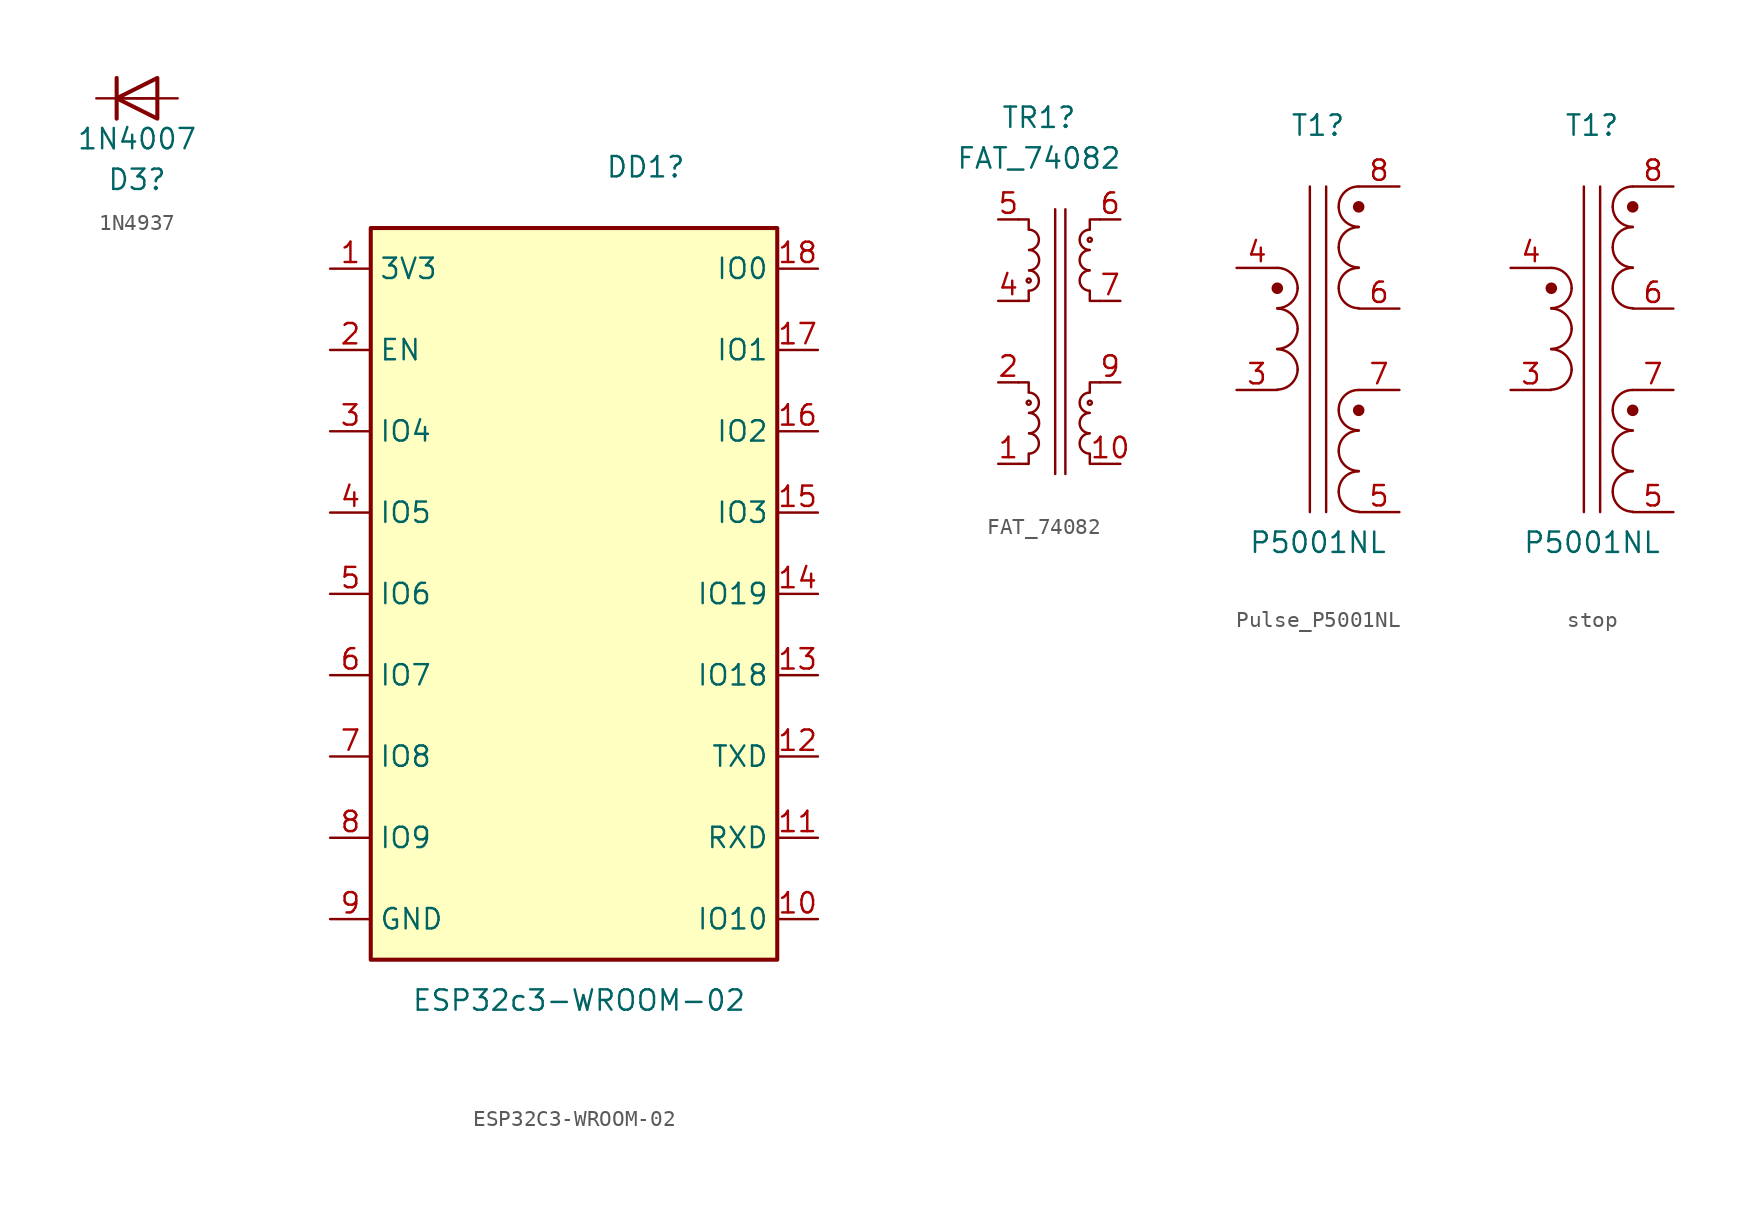
<source format=kicad_sym>
(kicad_symbol_lib
  (version 20220914)
  (generator kicad_symbol_editor)
  (symbol "1N4937"
    (pin_numbers hide)
    (pin_names hide)
    (property "Reference" "D3"
      (at 0 -5.08 0)
      (effects (font (size 1.27 1.27))))
    (property "Value" "1N4007"
      (at 0 -2.54 0)
      (effects (font (size 1.27 1.27))))
    (symbol "1N4937_0_1"
      (polyline (pts (xy -1.27 1.27) (xy -1.27 -1.27)) (stroke (width 0.254) (type default)) (fill (type none)))
      (polyline (pts (xy 1.27 0) (xy -1.27 0)) (stroke (width 0) (type default)) (fill (type none)))
      (polyline (pts (xy 1.27 1.27) (xy 1.27 -1.27) (xy -1.27 0) (xy 1.27 1.27)) (stroke (width 0.254) (type default)) (fill (type none))))
    (symbol "1N4937_1_1"
      (pin passive line (at -2.54 0 0) (length 2.54) (name "K" (effects (font (size 1.27 1.27)))) (number "1" (effects (font (size 1.27 1.27)))))
      (pin passive line (at 2.54 0 180) (length 2.54) (name "A" (effects (font (size 1.27 1.27)))) (number "2" (effects (font (size 1.27 1.27)))))))
  (symbol "ESP32C3-WROOM-02"
    (property "Reference" "DD1"
      (at 1.956 36.83 0)
      (effects (font (size 1.27 1.27)) (justify left)))
    (property "Value" "ESP32c3-WROOM-02"
      (at -10.16 -15.24 0)
      (effects (font (size 1.27 1.27)) (justify left)))
    (symbol "ESP32C3-WROOM-02_0_1"
      (rectangle (start -12.7 33.02) (end 12.7 -12.7) (stroke (width 0.254) (type default)) (fill (type background))))
    (symbol "ESP32C3-WROOM-02_1_0"
      (pin power_in line (at -15.24 -10.16 0) (length 2.54) hide (name "GND" (effects (font (size 1.27 1.27)))) (number "19" (effects (font (size 1.27 1.27))))))
    (symbol "ESP32C3-WROOM-02_1_1"
      (pin power_in line (at -15.24 30.48 0) (length 2.54) (name "3V3" (effects (font (size 1.27 1.27)))) (number "1" (effects (font (size 1.27 1.27)))))
      (pin bidirectional line (at 15.24 -10.16 180) (length 2.54) (name "IO10" (effects (font (size 1.27 1.27)))) (number "10" (effects (font (size 1.27 1.27)))))
      (pin bidirectional line (at 15.24 -5.08 180) (length 2.54) (name "RXD" (effects (font (size 1.27 1.27)))) (number "11" (effects (font (size 1.27 1.27)))))
      (pin bidirectional line (at 15.24 0 180) (length 2.54) (name "TXD" (effects (font (size 1.27 1.27)))) (number "12" (effects (font (size 1.27 1.27)))))
      (pin bidirectional line (at 15.24 5.08 180) (length 2.54) (name "IO18" (effects (font (size 1.27 1.27)))) (number "13" (effects (font (size 1.27 1.27)))))
      (pin bidirectional line (at 15.24 10.16 180) (length 2.54) (name "IO19" (effects (font (size 1.27 1.27)))) (number "14" (effects (font (size 1.27 1.27)))))
      (pin bidirectional line (at 15.24 15.24 180) (length 2.54) (name "IO3" (effects (font (size 1.27 1.27)))) (number "15" (effects (font (size 1.27 1.27)))))
      (pin bidirectional line (at 15.24 20.32 180) (length 2.54) (name "IO2" (effects (font (size 1.27 1.27)))) (number "16" (effects (font (size 1.27 1.27)))))
      (pin bidirectional line (at 15.24 25.4 180) (length 2.54) (name "IO1" (effects (font (size 1.27 1.27)))) (number "17" (effects (font (size 1.27 1.27)))))
      (pin bidirectional line (at 15.24 30.48 180) (length 2.54) (name "IO0" (effects (font (size 1.27 1.27)))) (number "18" (effects (font (size 1.27 1.27)))))
      (pin power_in line (at -15.24 25.4 0) (length 2.54) (name "EN" (effects (font (size 1.27 1.27)))) (number "2" (effects (font (size 1.27 1.27)))))
      (pin power_in line (at -15.24 20.32 0) (length 2.54) (name "IO4" (effects (font (size 1.27 1.27)))) (number "3" (effects (font (size 1.27 1.27)))))
      (pin bidirectional line (at -15.24 15.24 0) (length 2.54) (name "IO5" (effects (font (size 1.27 1.27)))) (number "4" (effects (font (size 1.27 1.27)))))
      (pin bidirectional line (at -15.24 10.16 0) (length 2.54) (name "IO6" (effects (font (size 1.27 1.27)))) (number "5" (effects (font (size 1.27 1.27)))))
      (pin bidirectional line (at -15.24 5.08 0) (length 2.54) (name "IO7" (effects (font (size 1.27 1.27)))) (number "6" (effects (font (size 1.27 1.27)))))
      (pin bidirectional line (at -15.24 0 0) (length 2.54) (name "IO8" (effects (font (size 1.27 1.27)))) (number "7" (effects (font (size 1.27 1.27)))))
      (pin bidirectional line (at -15.24 -5.08 0) (length 2.54) (name "IO9" (effects (font (size 1.27 1.27)))) (number "8" (effects (font (size 1.27 1.27)))))
      (pin power_in line (at -15.24 -10.16 0) (length 2.54) (name "GND" (effects (font (size 1.27 1.27)))) (number "9" (effects (font (size 1.27 1.27)))))))
  (symbol "FAT_74082"
    (property "Reference" "TR1"
      (at -5.08 21.59 0)
      (effects (font (size 1.27 1.27))))
    (property "Value" "FAT_74082"
      (at -5.08 19.05 0)
      (effects (font (size 1.27 1.27))))
    (symbol "FAT_74082_0_1"
      (circle (center -5.715 3.81) (radius 0.127) (stroke (width 0) (type default)) (fill (type none)))
      (circle (center -5.715 11.43) (radius 0.127) (stroke (width 0) (type default)) (fill (type none)))
      (circle (center -1.905 3.81) (radius 0.127) (stroke (width 0) (type default)) (fill (type none)))
      (circle (center -1.905 13.97) (radius 0.127) (stroke (width 0) (type default)) (fill (type none))))
    (symbol "FAT_74082_1_1"
      (arc (start -5.6991 0.635) (mid -5.0798 1.27) (end -5.6991 1.905) (stroke (width 0) (type default)) (fill (type none)))
      (arc (start -5.699 3.175) (mid -5.0798 3.81) (end -5.699 4.445) (stroke (width 0) (type default)) (fill (type none)))
      (arc (start -5.6991 10.795) (mid -5.0798 11.43) (end -5.6991 12.065) (stroke (width 0) (type default)) (fill (type none)))
      (arc (start -5.699 13.335) (mid -5.0798 13.97) (end -5.699 14.605) (stroke (width 0) (type default)) (fill (type none)))
      (arc (start -5.6831 1.905) (mid -5.0639 2.54) (end -5.6831 3.175) (stroke (width 0) (type default)) (fill (type none)))
      (arc (start -5.6831 12.065) (mid -5.0639 12.7) (end -5.6831 13.335) (stroke (width 0) (type default)) (fill (type none)))
      (arc (start -1.9209 1.905) (mid -2.5402 1.27) (end -1.9209 0.635) (stroke (width 0) (type default)) (fill (type none)))
      (arc (start -1.921 3.175) (mid -2.5402 2.54) (end -1.921 1.905) (stroke (width 0) (type default)) (fill (type none)))
      (arc (start -1.921 4.445) (mid -2.5402 3.81) (end -1.921 3.175) (stroke (width 0) (type default)) (fill (type none)))
      (arc (start -1.9209 12.065) (mid -2.5402 11.43) (end -1.9209 10.795) (stroke (width 0) (type default)) (fill (type none)))
      (arc (start -1.921 13.335) (mid -2.5402 12.7) (end -1.921 12.065) (stroke (width 0) (type default)) (fill (type none)))
      (arc (start -1.921 14.605) (mid -2.5402 13.97) (end -1.921 13.335) (stroke (width 0) (type default)) (fill (type none)))
      (polyline (pts (xy -4.064 15.875) (xy -4.064 -0.635)) (stroke (width 0) (type default)) (fill (type none)))
      (polyline (pts (xy -3.429 -0.635) (xy -3.429 15.875)) (stroke (width 0) (type default)) (fill (type none)))
      (polyline (pts (xy -6.35 5.08) (xy -5.715 5.08) (xy -5.715 4.445)) (stroke (width 0) (type default)) (fill (type none)))
      (polyline (pts (xy -6.35 15.24) (xy -5.715 15.24) (xy -5.715 14.605)) (stroke (width 0) (type default)) (fill (type none)))
      (polyline (pts (xy -5.715 0.635) (xy -5.715 0) (xy -6.35 0)) (stroke (width 0) (type default)) (fill (type none)))
      (polyline (pts (xy -5.715 10.795) (xy -5.715 10.16) (xy -6.35 10.16)) (stroke (width 0) (type default)) (fill (type none)))
      (polyline (pts (xy -1.905 0.635) (xy -1.905 0) (xy -1.27 0)) (stroke (width 0) (type default)) (fill (type none)))
      (polyline (pts (xy -1.905 4.445) (xy -1.905 5.08) (xy -1.27 5.08)) (stroke (width 0) (type default)) (fill (type none)))
      (polyline (pts (xy -1.905 10.795) (xy -1.905 10.16) (xy -1.27 10.16)) (stroke (width 0) (type default)) (fill (type none)))
      (polyline (pts (xy -1.905 14.605) (xy -1.905 15.24) (xy -1.27 15.24)) (stroke (width 0) (type default)) (fill (type none)))
      (pin passive line (at -7.62 0 0) (length 1.27) (name "~" (effects (font (size 1.27 1.27)))) (number "1" (effects (font (size 1.27 1.27)))))
      (pin passive line (at 0 0 180) (length 1.27) (name "~" (effects (font (size 1.27 1.27)))) (number "10" (effects (font (size 1.27 1.27)))))
      (pin passive line (at -7.62 5.08 0) (length 1.27) (name "~" (effects (font (size 1.27 1.27)))) (number "2" (effects (font (size 1.27 1.27)))))
      (pin no_connect line (at -7.62 7.62 0) (length 2.54) hide (name "~" (effects (font (size 1.27 1.27)))) (number "3" (effects (font (size 1.27 1.27)))))
      (pin passive line (at -7.62 10.16 0) (length 1.27) (name "~" (effects (font (size 1.27 1.27)))) (number "4" (effects (font (size 1.27 1.27)))))
      (pin passive line (at -7.62 15.24 0) (length 1.27) (name "~" (effects (font (size 1.27 1.27)))) (number "5" (effects (font (size 1.27 1.27)))))
      (pin passive line (at 0 15.24 180) (length 1.27) (name "~" (effects (font (size 1.27 1.27)))) (number "6" (effects (font (size 1.27 1.27)))))
      (pin passive line (at 0 10.16 180) (length 1.27) (name "~" (effects (font (size 1.27 1.27)))) (number "7" (effects (font (size 1.27 1.27)))))
      (pin no_connect line (at 0 7.62 180) (length 2.54) hide (name "~" (effects (font (size 1.27 1.27)))) (number "8" (effects (font (size 1.27 1.27)))))
      (pin passive line (at 0 5.08 180) (length 1.27) (name "~" (effects (font (size 1.27 1.27)))) (number "9" (effects (font (size 1.27 1.27)))))))
  (symbol "Pulse_P5001NL"
    (pin_names
      (offset 1.016) hide)
    (property "Reference" "T1"
      (at 0 13.97 0)
      (effects (font (size 1.27 1.27))))
    (property "Value" "P5001NL"
      (at 0 -12.065 0)
      (effects (font (size 1.27 1.27))))
    (symbol "Pulse_P5001NL_0_1"
      (arc (start -2.54 -2.5146) (mid -1.6599 -2.1501) (end -1.27 -1.27) (stroke (width 0) (type default)) (fill (type none)))
      (arc (start -2.54 0.0254) (mid -1.6599 0.3899) (end -1.27 1.27) (stroke (width 0) (type default)) (fill (type none)))
      (arc (start -2.54 2.5654) (mid -1.6599 2.9299) (end -1.27 3.81) (stroke (width 0) (type default)) (fill (type none)))
      (arc (start -1.27 -1.27) (mid -1.642 -0.372) (end -2.54 0) (stroke (width 0) (type default)) (fill (type none)))
      (arc (start -1.27 1.27) (mid -1.642 2.168) (end -2.54 2.54) (stroke (width 0) (type default)) (fill (type none)))
      (arc (start -1.27 3.81) (mid -1.642 4.708) (end -2.54 5.08) (stroke (width 0) (type default)) (fill (type none)))
      (polyline (pts (xy -0.508 -10.16) (xy -0.508 10.16)) (stroke (width 0) (type default)) (fill (type none)))
      (polyline (pts (xy 0.508 10.16) (xy 0.508 -10.16)) (stroke (width 0) (type default)) (fill (type none)))
      (arc (start 1.2954 -8.89) (mid 1.6599 -9.7701) (end 2.54 -10.1346) (stroke (width 0) (type default)) (fill (type none)))
      (arc (start 1.2954 -6.35) (mid 1.6599 -7.2301) (end 2.54 -7.5946) (stroke (width 0) (type default)) (fill (type none)))
      (arc (start 1.2954 -3.81) (mid 1.6599 -4.6901) (end 2.54 -5.0546) (stroke (width 0) (type default)) (fill (type none)))
      (arc (start 1.2954 3.81) (mid 1.6599 2.9299) (end 2.54 2.5654) (stroke (width 0) (type default)) (fill (type none)))
      (arc (start 1.2954 6.35) (mid 1.6599 5.4699) (end 2.54 5.1054) (stroke (width 0) (type default)) (fill (type none)))
      (arc (start 1.2954 8.89) (mid 1.6599 8.0099) (end 2.54 7.6454) (stroke (width 0) (type default)) (fill (type none)))
      (arc (start 2.54 -7.62) (mid 1.642 -7.992) (end 1.2954 -8.89) (stroke (width 0) (type default)) (fill (type none)))
      (arc (start 2.54 -5.08) (mid 1.642 -5.452) (end 1.2954 -6.35) (stroke (width 0) (type default)) (fill (type none)))
      (arc (start 2.54 -2.54) (mid 1.642 -2.912) (end 1.2954 -3.81) (stroke (width 0) (type default)) (fill (type none)))
      (arc (start 2.54 5.08) (mid 1.642 4.708) (end 1.2954 3.81) (stroke (width 0) (type default)) (fill (type none)))
      (arc (start 2.54 7.62) (mid 1.642 7.248) (end 1.2954 6.35) (stroke (width 0) (type default)) (fill (type none)))
      (arc (start 2.54 10.16) (mid 1.642 9.788) (end 1.2954 8.89) (stroke (width 0) (type default)) (fill (type none))))
    (symbol "Pulse_P5001NL_1_1"
      (circle (center -2.54 3.81) (radius 0.284) (stroke (width 0) (type solid)) (fill (type outline)))
      (circle (center 2.54 -3.81) (radius 0.284) (stroke (width 0) (type solid)) (fill (type outline)))
      (circle (center 2.54 8.89) (radius 0.284) (stroke (width 0) (type solid)) (fill (type outline)))
      (pin passive line (at -5.08 -2.54 0) (length 2.54) (name "AB" (effects (font (size 1.27 1.27)))) (number "3" (effects (font (size 1.27 1.27)))))
      (pin passive line (at -5.08 5.08 0) (length 2.54) (name "AA" (effects (font (size 1.27 1.27)))) (number "4" (effects (font (size 1.27 1.27)))))
      (pin passive line (at 5.08 -10.16 180) (length 2.54) (name "SD" (effects (font (size 1.27 1.27)))) (number "5" (effects (font (size 1.27 1.27)))))
      (pin passive line (at 5.08 2.54 180) (length 2.54) (name "SB" (effects (font (size 1.27 1.27)))) (number "6" (effects (font (size 1.27 1.27)))))
      (pin passive line (at 5.08 -2.54 180) (length 2.54) (name "SC" (effects (font (size 1.27 1.27)))) (number "7" (effects (font (size 1.27 1.27)))))
      (pin passive line (at 5.08 10.16 180) (length 2.54) (name "SA" (effects (font (size 1.27 1.27)))) (number "8" (effects (font (size 1.27 1.27)))))))
  (symbol "stop"
    (pin_names
      (offset 1.016) hide)
    (property "Reference" "T1"
      (at 0 13.97 0)
      (effects (font (size 1.27 1.27))))
    (property "Value" "P5001NL"
      (at 0 -12.065 0)
      (effects (font (size 1.27 1.27))))
    (symbol "stop_0_1"
      (arc (start -2.54 -2.5146) (mid -1.6599 -2.1501) (end -1.27 -1.27) (stroke (width 0) (type default)) (fill (type none)))
      (arc (start -2.54 0.0254) (mid -1.6599 0.3899) (end -1.27 1.27) (stroke (width 0) (type default)) (fill (type none)))
      (arc (start -2.54 2.5654) (mid -1.6599 2.9299) (end -1.27 3.81) (stroke (width 0) (type default)) (fill (type none)))
      (arc (start -1.27 -1.27) (mid -1.642 -0.372) (end -2.54 0) (stroke (width 0) (type default)) (fill (type none)))
      (arc (start -1.27 1.27) (mid -1.642 2.168) (end -2.54 2.54) (stroke (width 0) (type default)) (fill (type none)))
      (arc (start -1.27 3.81) (mid -1.642 4.708) (end -2.54 5.08) (stroke (width 0) (type default)) (fill (type none)))
      (polyline (pts (xy -0.508 -10.16) (xy -0.508 10.16)) (stroke (width 0) (type default)) (fill (type none)))
      (polyline (pts (xy 0.508 10.16) (xy 0.508 -10.16)) (stroke (width 0) (type default)) (fill (type none)))
      (arc (start 1.2954 -8.89) (mid 1.6599 -9.7701) (end 2.54 -10.1346) (stroke (width 0) (type default)) (fill (type none)))
      (arc (start 1.2954 -6.35) (mid 1.6599 -7.2301) (end 2.54 -7.5946) (stroke (width 0) (type default)) (fill (type none)))
      (arc (start 1.2954 -3.81) (mid 1.6599 -4.6901) (end 2.54 -5.0546) (stroke (width 0) (type default)) (fill (type none)))
      (arc (start 1.2954 3.81) (mid 1.6599 2.9299) (end 2.54 2.5654) (stroke (width 0) (type default)) (fill (type none)))
      (arc (start 1.2954 6.35) (mid 1.6599 5.4699) (end 2.54 5.1054) (stroke (width 0) (type default)) (fill (type none)))
      (arc (start 1.2954 8.89) (mid 1.6599 8.0099) (end 2.54 7.6454) (stroke (width 0) (type default)) (fill (type none)))
      (arc (start 2.54 -7.62) (mid 1.642 -7.992) (end 1.2954 -8.89) (stroke (width 0) (type default)) (fill (type none)))
      (arc (start 2.54 -5.08) (mid 1.642 -5.452) (end 1.2954 -6.35) (stroke (width 0) (type default)) (fill (type none)))
      (arc (start 2.54 -2.54) (mid 1.642 -2.912) (end 1.2954 -3.81) (stroke (width 0) (type default)) (fill (type none)))
      (arc (start 2.54 5.08) (mid 1.642 4.708) (end 1.2954 3.81) (stroke (width 0) (type default)) (fill (type none)))
      (arc (start 2.54 7.62) (mid 1.642 7.248) (end 1.2954 6.35) (stroke (width 0) (type default)) (fill (type none)))
      (arc (start 2.54 10.16) (mid 1.642 9.788) (end 1.2954 8.89) (stroke (width 0) (type default)) (fill (type none))))
    (symbol "stop_1_1"
      (circle (center -2.54 3.81) (radius 0.284) (stroke (width 0) (type solid)) (fill (type outline)))
      (circle (center 2.54 -3.81) (radius 0.284) (stroke (width 0) (type solid)) (fill (type outline)))
      (circle (center 2.54 8.89) (radius 0.284) (stroke (width 0) (type solid)) (fill (type outline)))
      (pin passive line (at -5.08 -2.54 0) (length 2.54) (name "AB" (effects (font (size 1.27 1.27)))) (number "3" (effects (font (size 1.27 1.27)))))
      (pin passive line (at -5.08 5.08 0) (length 2.54) (name "AA" (effects (font (size 1.27 1.27)))) (number "4" (effects (font (size 1.27 1.27)))))
      (pin passive line (at 5.08 -10.16 180) (length 2.54) (name "SD" (effects (font (size 1.27 1.27)))) (number "5" (effects (font (size 1.27 1.27)))))
      (pin passive line (at 5.08 2.54 180) (length 2.54) (name "SB" (effects (font (size 1.27 1.27)))) (number "6" (effects (font (size 1.27 1.27)))))
      (pin passive line (at 5.08 -2.54 180) (length 2.54) (name "SC" (effects (font (size 1.27 1.27)))) (number "7" (effects (font (size 1.27 1.27)))))
      (pin passive line (at 5.08 10.16 180) (length 2.54) (name "SA" (effects (font (size 1.27 1.27)))) (number "8" (effects (font (size 1.27 1.27))))))))
</source>
